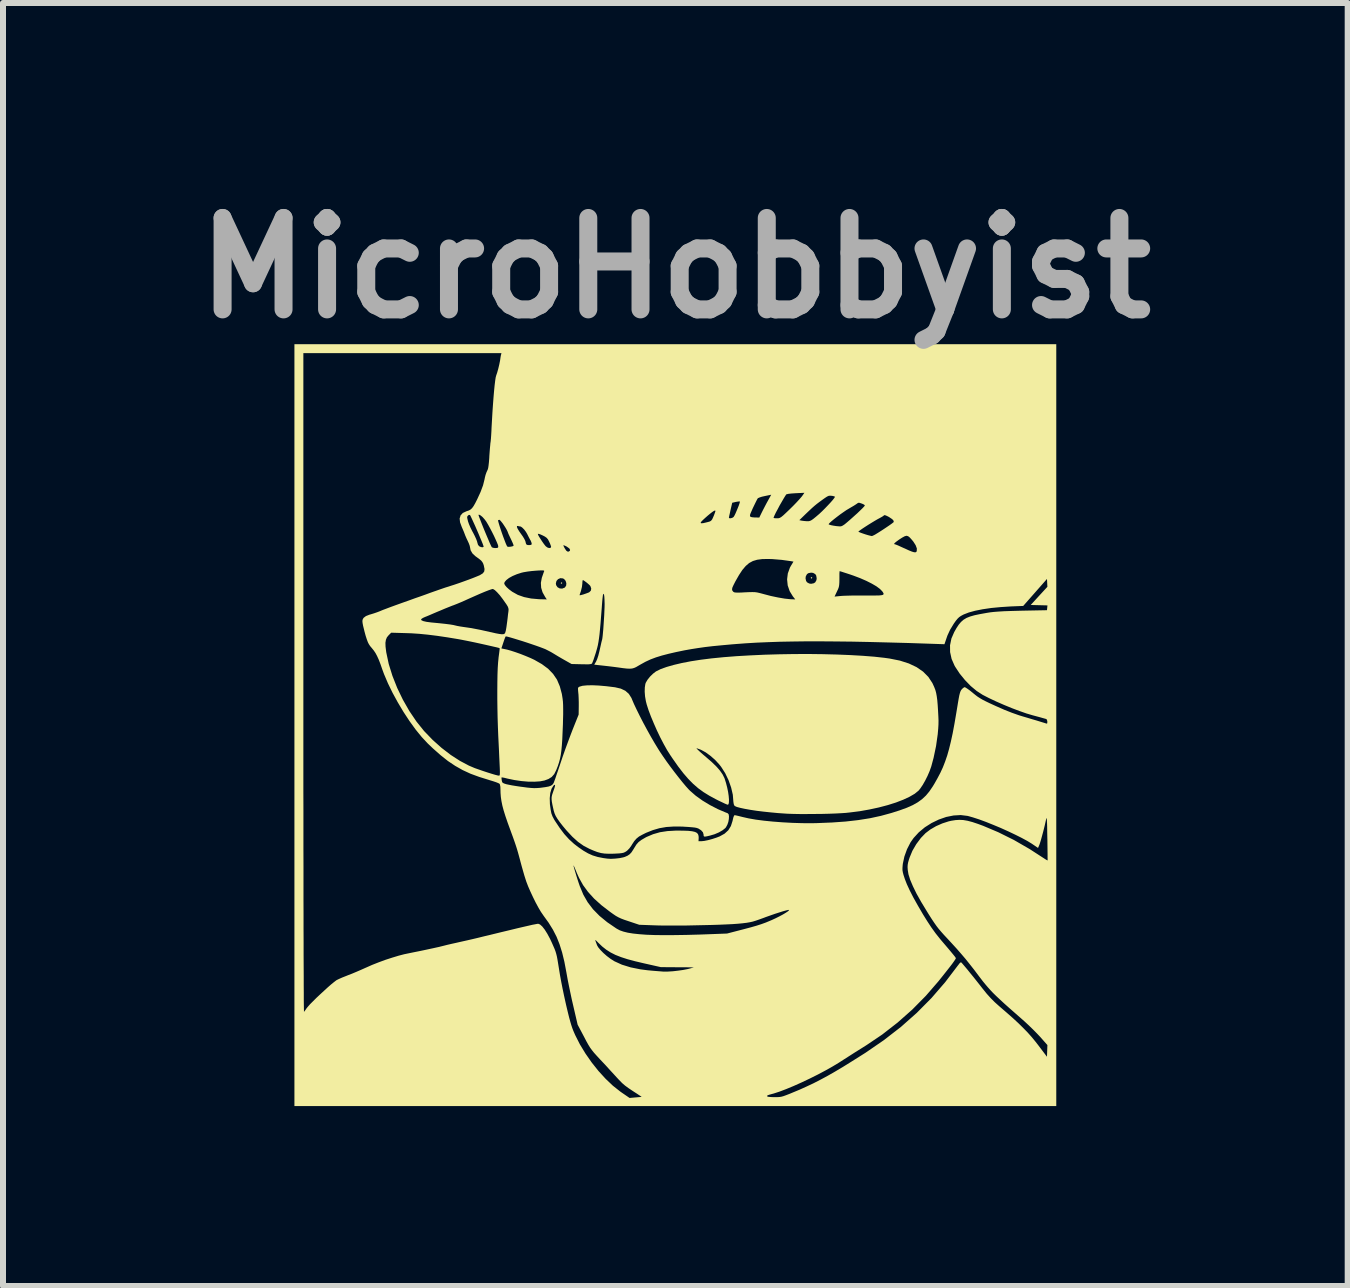
<source format=kicad_pcb>
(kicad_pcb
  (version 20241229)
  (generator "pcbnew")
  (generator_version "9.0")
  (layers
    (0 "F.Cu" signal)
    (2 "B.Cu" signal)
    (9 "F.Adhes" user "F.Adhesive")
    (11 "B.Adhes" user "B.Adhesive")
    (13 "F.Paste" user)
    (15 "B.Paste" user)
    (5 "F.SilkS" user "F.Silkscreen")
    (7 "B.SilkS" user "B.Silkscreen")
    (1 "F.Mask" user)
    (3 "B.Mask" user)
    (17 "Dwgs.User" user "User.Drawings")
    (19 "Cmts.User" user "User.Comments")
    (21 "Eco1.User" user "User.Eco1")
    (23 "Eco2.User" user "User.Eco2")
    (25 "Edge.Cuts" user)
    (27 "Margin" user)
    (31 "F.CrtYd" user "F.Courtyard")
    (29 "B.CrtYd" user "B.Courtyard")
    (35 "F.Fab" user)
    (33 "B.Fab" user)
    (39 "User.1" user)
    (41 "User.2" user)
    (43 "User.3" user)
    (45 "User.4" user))
  (footprint "MicroHobbyist"
    (layer "F.Cu")
    (at 8.208 9.038)
    (property "Reference" "MicroHobbyist" (at 0 -7.62 0) (layer "F.Fab") (effects (font (size 1.524 1.524) (thickness 0.3))))
    (attr exclude_from_pos_files exclude_from_bom)
    (fp_poly (pts (xy -1.886 -2.372) (xy -1.885 -2.369) (xy -1.895 -2.357) (xy -1.898 -2.356) (xy -1.91 -2.366) (xy -1.91 -2.369) (xy -1.901 -2.381) (xy -1.898 -2.381)) (stroke (width 0) (type solid)) (fill yes) (layer "F.SilkS"))
    (fp_poly (pts (xy 2.282 -2.459) (xy 2.282 -2.456) (xy 2.273 -2.444) (xy 2.27 -2.443) (xy 2.258 -2.453) (xy 2.257 -2.456) (xy 2.267 -2.468) (xy 2.27 -2.468)) (stroke (width 0) (type solid)) (fill yes) (layer "F.SilkS"))
    (fp_poly (pts (xy 2.459 -1.183) (xy 2.692 -1.177) (xy 2.914 -1.168) (xy 3.123 -1.156) (xy 3.315 -1.141) (xy 3.487 -1.122) (xy 3.572 -1.11) (xy 3.742 -1.076) (xy 3.892 -1.028) (xy 4.021 -0.967) (xy 4.13 -0.892) (xy 4.217 -0.804) (xy 4.284 -0.703) (xy 4.294 -0.682) (xy 4.316 -0.633) (xy 4.334 -0.587) (xy 4.347 -0.539) (xy 4.357 -0.485) (xy 4.366 -0.419) (xy 4.373 -0.338) (xy 4.379 -0.244) (xy 4.384 -0.152) (xy 4.387 -0.077) (xy 4.386 -0.009) (xy 4.382 0.059) (xy 4.375 0.136) (xy 4.374 0.15) (xy 4.346 0.348) (xy 4.305 0.544) (xy 4.266 0.689) (xy 4.239 0.765) (xy 4.204 0.846) (xy 4.164 0.926) (xy 4.122 0.999) (xy 4.082 1.058) (xy 4.054 1.092) (xy 3.99 1.144) (xy 3.904 1.194) (xy 3.799 1.243) (xy 3.677 1.29) (xy 3.541 1.333) (xy 3.393 1.372) (xy 3.236 1.406) (xy 3.073 1.435) (xy 2.906 1.456) (xy 2.84 1.463) (xy 2.764 1.468) (xy 2.668 1.473) (xy 2.558 1.477) (xy 2.438 1.48) (xy 2.314 1.481) (xy 2.191 1.482) (xy 2.074 1.482) (xy 1.968 1.48) (xy 1.878 1.477) (xy 1.842 1.475) (xy 1.712 1.466) (xy 1.584 1.454) (xy 1.462 1.441) (xy 1.349 1.427) (xy 1.245 1.411) (xy 1.156 1.395) (xy 1.082 1.379) (xy 1.026 1.364) (xy 0.992 1.349) (xy 0.986 1.344) (xy 0.974 1.319) (xy 0.968 1.282) (xy 0.967 1.273) (xy 0.958 1.16) (xy 0.93 1.04) (xy 0.887 0.918) (xy 0.831 0.801) (xy 0.764 0.696) (xy 0.732 0.655) (xy 0.661 0.578) (xy 0.583 0.51) (xy 0.506 0.454) (xy 0.433 0.414) (xy 0.422 0.409) (xy 0.386 0.396) (xy 0.361 0.387) (xy 0.354 0.384) (xy 0.356 0.392) (xy 0.377 0.413) (xy 0.413 0.447) (xy 0.464 0.492) (xy 0.516 0.536) (xy 0.611 0.619) (xy 0.687 0.693) (xy 0.745 0.76) (xy 0.788 0.822) (xy 0.818 0.882) (xy 0.823 0.896) (xy 0.845 0.966) (xy 0.864 1.04) (xy 0.879 1.112) (xy 0.889 1.18) (xy 0.894 1.239) (xy 0.893 1.286) (xy 0.887 1.317) (xy 0.875 1.327) (xy 0.858 1.322) (xy 0.823 1.307) (xy 0.775 1.284) (xy 0.716 1.256) (xy 0.673 1.234) (xy 0.566 1.176) (xy 0.469 1.116) (xy 0.381 1.052) (xy 0.297 0.979) (xy 0.215 0.896) (xy 0.133 0.801) (xy 0.047 0.689) (xy -0.045 0.558) (xy -0.083 0.502) (xy -0.137 0.417) (xy -0.193 0.317) (xy -0.251 0.206) (xy -0.307 0.089) (xy -0.359 -0.029) (xy -0.407 -0.144) (xy -0.447 -0.25) (xy -0.477 -0.343) (xy -0.491 -0.398) (xy -0.505 -0.479) (xy -0.511 -0.558) (xy -0.509 -0.629) (xy -0.5 -0.687) (xy -0.493 -0.707) (xy -0.465 -0.755) (xy -0.423 -0.808) (xy -0.373 -0.857) (xy -0.325 -0.894) (xy -0.318 -0.898) (xy -0.243 -0.935) (xy -0.145 -0.97) (xy -0.026 -1.004) (xy 0.11 -1.036) (xy 0.261 -1.065) (xy 0.422 -1.09) (xy 0.605 -1.113) (xy 0.807 -1.133) (xy 1.024 -1.15) (xy 1.252 -1.163) (xy 1.489 -1.174) (xy 1.731 -1.181) (xy 1.976 -1.185) (xy 2.22 -1.186)) (stroke (width 0) (type solid)) (fill yes) (layer "F.SilkS"))
    (fp_poly (pts (xy 6.35 6.35) (xy -6.35 6.35) (xy -6.35 -0.704) (xy -6.201 -0.704) (xy -6.201 -0.328) (xy -6.201 0.041) (xy -6.201 0.402) (xy -6.201 0.754) (xy -6.201 1.096) (xy -6.2 1.428) (xy -6.2 1.749) (xy -6.2 2.058) (xy -6.199 2.355) (xy -6.199 2.638) (xy -6.199 2.907) (xy -6.198 3.161) (xy -6.198 3.4) (xy -6.197 3.622) (xy -6.197 3.827) (xy -6.196 4.015) (xy -6.195 4.183) (xy -6.195 4.333) (xy -6.194 4.462) (xy -6.194 4.57) (xy -6.193 4.657) (xy -6.192 4.721) (xy -6.191 4.763) (xy -6.191 4.78) (xy -6.191 4.78) (xy -6.177 4.763) (xy -6.157 4.735) (xy -6.149 4.722) (xy -6.126 4.694) (xy -6.089 4.652) (xy -6.039 4.602) (xy -5.982 4.545) (xy -5.919 4.486) (xy -5.855 4.427) (xy -5.794 4.371) (xy -5.738 4.322) (xy -5.69 4.283) (xy -5.656 4.257) (xy -5.646 4.25) (xy -5.607 4.231) (xy -5.553 4.207) (xy -5.492 4.183) (xy -5.455 4.168) (xy -5.395 4.145) (xy -5.321 4.114) (xy -5.242 4.08) (xy -5.166 4.046) (xy -5.152 4.04) (xy -5.055 3.997) (xy -4.946 3.954) (xy -4.832 3.912) (xy -4.718 3.875) (xy -4.612 3.843) (xy -4.52 3.819) (xy -4.496 3.814) (xy -4.365 3.787) (xy -4.255 3.765) (xy -4.165 3.746) (xy -4.091 3.73) (xy -4.03 3.717) (xy -3.981 3.706) (xy -3.939 3.697) (xy -3.904 3.688) (xy -3.871 3.68) (xy -3.863 3.678) (xy -3.804 3.663) (xy -3.731 3.646) (xy -3.654 3.629) (xy -3.597 3.616) (xy -3.544 3.604) (xy -3.472 3.588) (xy -3.385 3.568) (xy -3.288 3.545) (xy -3.187 3.52) (xy -3.085 3.496) (xy -3.07 3.492) (xy -2.902 3.451) (xy -2.756 3.416) (xy -2.633 3.386) (xy -2.53 3.362) (xy -2.447 3.343) (xy -2.382 3.328) (xy -2.334 3.319) (xy -2.303 3.313) (xy -2.286 3.311) (xy -2.256 3.323) (xy -2.219 3.356) (xy -2.178 3.408) (xy -2.134 3.478) (xy -2.089 3.562) (xy -2.058 3.628) (xy -2.033 3.685) (xy -2.013 3.731) (xy -1.998 3.771) (xy -1.986 3.811) (xy -1.975 3.855) (xy -1.965 3.908) (xy -1.954 3.975) (xy -1.94 4.061) (xy -1.938 4.074) (xy -1.923 4.166) (xy -1.903 4.275) (xy -1.88 4.392) (xy -1.855 4.511) (xy -1.83 4.625) (xy -1.817 4.682) (xy -1.792 4.787) (xy -1.771 4.872) (xy -1.752 4.941) (xy -1.735 4.999) (xy -1.718 5.05) (xy -1.7 5.097) (xy -1.679 5.145) (xy -1.668 5.17) (xy -1.591 5.322) (xy -1.498 5.475) (xy -1.394 5.624) (xy -1.281 5.766) (xy -1.162 5.896) (xy -1.041 6.011) (xy -0.921 6.106) (xy -0.903 6.119) (xy -0.763 6.215) (xy -0.664 6.206) (xy -0.617 6.202) (xy -0.582 6.199) (xy -0.564 6.197) (xy -0.562 6.196) (xy -0.572 6.19) (xy -0.588 6.178) (xy 1.53 6.178) (xy 1.531 6.187) (xy 1.532 6.19) (xy 1.547 6.195) (xy 1.581 6.199) (xy 1.627 6.201) (xy 1.655 6.201) (xy 1.699 6.201) (xy 1.736 6.199) (xy 1.768 6.194) (xy 1.804 6.184) (xy 1.848 6.168) (xy 1.905 6.146) (xy 1.948 6.128) (xy 2.071 6.077) (xy 2.188 6.024) (xy 2.303 5.97) (xy 2.418 5.911) (xy 2.537 5.847) (xy 2.663 5.775) (xy 2.799 5.694) (xy 2.947 5.602) (xy 3.112 5.498) (xy 3.172 5.46) (xy 3.476 5.251) (xy 3.76 5.031) (xy 4.024 4.797) (xy 4.27 4.549) (xy 4.498 4.285) (xy 4.711 4.005) (xy 4.713 4.003) (xy 4.738 3.97) (xy 4.755 3.955) (xy 4.767 3.956) (xy 4.77 3.959) (xy 4.791 3.983) (xy 4.824 4.022) (xy 4.868 4.074) (xy 4.917 4.135) (xy 4.971 4.201) (xy 5.025 4.269) (xy 5.078 4.336) (xy 5.121 4.391) (xy 5.192 4.479) (xy 5.258 4.552) (xy 5.326 4.62) (xy 5.394 4.681) (xy 5.519 4.789) (xy 5.627 4.884) (xy 5.72 4.97) (xy 5.801 5.05) (xy 5.873 5.124) (xy 5.938 5.197) (xy 5.999 5.271) (xy 6.046 5.331) (xy 6.195 5.528) (xy 6.202 5.333) (xy 6.081 5.196) (xy 6.029 5.141) (xy 5.965 5.076) (xy 5.894 5.007) (xy 5.823 4.941) (xy 5.779 4.902) (xy 5.664 4.801) (xy 5.565 4.714) (xy 5.481 4.639) (xy 5.41 4.573) (xy 5.349 4.516) (xy 5.296 4.464) (xy 5.25 4.415) (xy 5.208 4.368) (xy 5.168 4.321) (xy 5.127 4.271) (xy 5.085 4.216) (xy 5.062 4.186) (xy 4.98 4.077) (xy 4.906 3.983) (xy 4.837 3.897) (xy 4.767 3.815) (xy 4.692 3.729) (xy 4.608 3.637) (xy 4.534 3.557) (xy 4.477 3.496) (xy 4.431 3.444) (xy 4.39 3.396) (xy 4.353 3.348) (xy 4.315 3.294) (xy 4.273 3.231) (xy 4.224 3.154) (xy 4.192 3.102) (xy 4.098 2.947) (xy 4.02 2.808) (xy 3.96 2.685) (xy 3.915 2.579) (xy 3.886 2.487) (xy 3.874 2.413) (xy 3.871 2.367) (xy 3.873 2.329) (xy 3.88 2.29) (xy 3.894 2.241) (xy 3.906 2.205) (xy 3.952 2.094) (xy 4.016 1.984) (xy 4.093 1.881) (xy 4.171 1.8) (xy 4.25 1.74) (xy 4.346 1.684) (xy 4.451 1.638) (xy 4.556 1.604) (xy 4.6 1.594) (xy 4.67 1.583) (xy 4.735 1.579) (xy 4.8 1.582) (xy 4.87 1.594) (xy 4.95 1.615) (xy 5.043 1.646) (xy 5.13 1.678) (xy 5.383 1.785) (xy 5.643 1.914) (xy 5.905 2.065) (xy 6.149 2.223) (xy 6.18 2.243) (xy 6.2 2.254) (xy 6.205 2.255) (xy 6.206 2.242) (xy 6.205 2.208) (xy 6.205 2.154) (xy 6.204 2.085) (xy 6.203 2.004) (xy 6.202 1.913) (xy 6.201 1.879) (xy 6.199 1.774) (xy 6.198 1.692) (xy 6.196 1.63) (xy 6.194 1.587) (xy 6.192 1.561) (xy 6.19 1.55) (xy 6.187 1.551) (xy 6.183 1.563) (xy 6.178 1.581) (xy 6.157 1.675) (xy 6.135 1.764) (xy 6.113 1.846) (xy 6.094 1.915) (xy 6.078 1.967) (xy 6.068 1.996) (xy 6.046 2.047) (xy 5.943 1.977) (xy 5.868 1.931) (xy 5.774 1.88) (xy 5.666 1.826) (xy 5.548 1.77) (xy 5.424 1.714) (xy 5.299 1.662) (xy 5.177 1.613) (xy 5.063 1.571) (xy 4.961 1.538) (xy 4.876 1.514) (xy 4.871 1.513) (xy 4.758 1.499) (xy 4.638 1.506) (xy 4.514 1.531) (xy 4.391 1.574) (xy 4.271 1.632) (xy 4.159 1.703) (xy 4.058 1.787) (xy 3.972 1.881) (xy 3.921 1.953) (xy 3.862 2.068) (xy 3.818 2.19) (xy 3.792 2.311) (xy 3.789 2.34) (xy 3.786 2.382) (xy 3.786 2.417) (xy 3.792 2.453) (xy 3.803 2.496) (xy 3.822 2.554) (xy 3.825 2.564) (xy 3.859 2.651) (xy 3.907 2.755) (xy 3.969 2.876) (xy 4.044 3.01) (xy 4.13 3.157) (xy 4.199 3.268) (xy 4.266 3.37) (xy 4.338 3.47) (xy 4.42 3.573) (xy 4.496 3.662) (xy 4.548 3.723) (xy 4.594 3.778) (xy 4.632 3.824) (xy 4.66 3.859) (xy 4.674 3.88) (xy 4.676 3.884) (xy 4.673 3.894) (xy 4.662 3.912) (xy 4.643 3.94) (xy 4.615 3.979) (xy 4.576 4.03) (xy 4.525 4.095) (xy 4.46 4.177) (xy 4.383 4.273) (xy 4.176 4.512) (xy 3.949 4.742) (xy 3.705 4.958) (xy 3.448 5.158) (xy 3.187 5.334) (xy 3.1 5.389) (xy 3.002 5.45) (xy 2.902 5.514) (xy 2.808 5.574) (xy 2.729 5.625) (xy 2.623 5.689) (xy 2.504 5.756) (xy 2.376 5.824) (xy 2.242 5.891) (xy 2.107 5.955) (xy 1.975 6.014) (xy 1.85 6.066) (xy 1.737 6.109) (xy 1.639 6.141) (xy 1.612 6.148) (xy 1.566 6.161) (xy 1.54 6.17) (xy 1.53 6.178) (xy -0.588 6.178) (xy -0.598 6.172) (xy -0.638 6.145) (xy -0.688 6.113) (xy -0.711 6.098) (xy -0.781 6.051) (xy -0.837 6.01) (xy -0.887 5.967) (xy -0.937 5.916) (xy -0.98 5.87) (xy -1.03 5.815) (xy -1.091 5.749) (xy -1.156 5.677) (xy -1.221 5.608) (xy -1.256 5.571) (xy -1.313 5.509) (xy -1.357 5.46) (xy -1.391 5.417) (xy -1.421 5.376) (xy -1.45 5.329) (xy -1.482 5.272) (xy -1.52 5.199) (xy -1.521 5.197) (xy -1.629 4.993) (xy -1.701 4.682) (xy -1.725 4.579) (xy -1.749 4.466) (xy -1.773 4.351) (xy -1.795 4.241) (xy -1.812 4.146) (xy -1.817 4.118) (xy -1.85 3.944) (xy -1.887 3.791) (xy -1.93 3.654) (xy -1.958 3.583) (xy -1.335 3.583) (xy -1.334 3.59) (xy -1.324 3.618) (xy -1.31 3.655) (xy -1.307 3.666) (xy -1.286 3.703) (xy -1.248 3.749) (xy -1.199 3.799) (xy -1.142 3.849) (xy -1.081 3.895) (xy -1.023 3.932) (xy -1.016 3.936) (xy -0.891 3.993) (xy -0.745 4.038) (xy -0.581 4.071) (xy -0.465 4.086) (xy -0.391 4.093) (xy -0.319 4.099) (xy -0.255 4.104) (xy -0.207 4.108) (xy -0.192 4.109) (xy -0.125 4.108) (xy -0.043 4.103) (xy 0.045 4.093) (xy 0.13 4.081) (xy 0.202 4.067) (xy 0.223 4.062) (xy 0.264 4.051) (xy 0.294 4.043) (xy 0.306 4.039) (xy 0.306 4.039) (xy 0.295 4.038) (xy 0.262 4.038) (xy 0.212 4.037) (xy 0.147 4.036) (xy 0.072 4.036) (xy 0.033 4.036) (xy -0.242 4.034) (xy -0.522 3.971) (xy -0.67 3.936) (xy -0.797 3.902) (xy -0.905 3.867) (xy -0.999 3.83) (xy -1.08 3.789) (xy -1.152 3.743) (xy -1.218 3.691) (xy -1.282 3.63) (xy -1.301 3.611) (xy -1.325 3.587) (xy -1.335 3.583) (xy -1.958 3.583) (xy -1.98 3.528) (xy -2.041 3.409) (xy -2.113 3.293) (xy -2.199 3.174) (xy -2.204 3.166) (xy -2.24 3.114) (xy -2.282 3.043) (xy -2.327 2.96) (xy -2.372 2.869) (xy -2.415 2.777) (xy -2.454 2.688) (xy -2.485 2.607) (xy -2.496 2.573) (xy -2.517 2.507) (xy -2.54 2.427) (xy -2.564 2.342) (xy -2.565 2.338) (xy -1.698 2.338) (xy -1.695 2.356) (xy -1.685 2.393) (xy -1.67 2.444) (xy -1.652 2.504) (xy -1.632 2.568) (xy -1.611 2.632) (xy -1.591 2.69) (xy -1.59 2.691) (xy -1.533 2.828) (xy -1.461 2.953) (xy -1.372 3.07) (xy -1.264 3.18) (xy -1.136 3.285) (xy -0.984 3.389) (xy -0.972 3.396) (xy -0.925 3.421) (xy -0.865 3.442) (xy -0.792 3.46) (xy -0.705 3.474) (xy -0.602 3.485) (xy -0.483 3.494) (xy -0.346 3.499) (xy -0.189 3.501) (xy -0.012 3.5) (xy 0.186 3.497) (xy 0.407 3.491) (xy 0.571 3.485) (xy 0.862 3.474) (xy 1.147 3.4) (xy 1.26 3.37) (xy 1.354 3.343) (xy 1.435 3.317) (xy 1.509 3.29) (xy 1.581 3.26) (xy 1.605 3.25) (xy 1.672 3.219) (xy 1.736 3.187) (xy 1.794 3.156) (xy 1.842 3.127) (xy 1.876 3.104) (xy 1.894 3.087) (xy 1.894 3.081) (xy 1.88 3.081) (xy 1.845 3.089) (xy 1.794 3.103) (xy 1.731 3.123) (xy 1.659 3.146) (xy 1.582 3.173) (xy 1.503 3.201) (xy 1.48 3.21) (xy 1.403 3.238) (xy 1.342 3.259) (xy 1.29 3.275) (xy 1.24 3.286) (xy 1.187 3.295) (xy 1.121 3.303) (xy 1.102 3.305) (xy 1.037 3.311) (xy 0.952 3.317) (xy 0.848 3.322) (xy 0.731 3.327) (xy 0.603 3.331) (xy 0.467 3.334) (xy 0.329 3.337) (xy 0.19 3.34) (xy 0.055 3.341) (xy -0.073 3.341) (xy -0.19 3.341) (xy -0.293 3.339) (xy -0.353 3.337) (xy -0.602 3.328) (xy -0.778 3.269) (xy -0.85 3.245) (xy -0.905 3.224) (xy -0.95 3.203) (xy -0.993 3.179) (xy -1.04 3.147) (xy -1.089 3.112) (xy -1.233 3.001) (xy -1.354 2.892) (xy -1.455 2.781) (xy -1.538 2.667) (xy -1.605 2.547) (xy -1.639 2.472) (xy -1.661 2.418) (xy -1.679 2.375) (xy -1.692 2.347) (xy -1.698 2.337) (xy -1.698 2.338) (xy -2.565 2.338) (xy -2.585 2.264) (xy -2.585 2.263) (xy -2.606 2.185) (xy -2.624 2.12) (xy -2.641 2.062) (xy -2.659 2.006) (xy -2.68 1.944) (xy -2.705 1.873) (xy -2.737 1.786) (xy -2.746 1.761) (xy -2.794 1.63) (xy -2.832 1.519) (xy -2.862 1.423) (xy -2.884 1.34) (xy -2.899 1.266) (xy -2.909 1.197) (xy -2.914 1.131) (xy -2.915 1.088) (xy -2.917 1.027) (xy -2.924 0.99) (xy -2.932 0.977) (xy -2.95 0.967) (xy -2.987 0.952) (xy -3.038 0.935) (xy -3.097 0.917) (xy -3.109 0.913) (xy -3.27 0.863) (xy -3.414 0.81) (xy -3.546 0.749) (xy -3.67 0.679) (xy -3.791 0.598) (xy -3.913 0.501) (xy -4.041 0.388) (xy -4.128 0.305) (xy -4.227 0.199) (xy -4.329 0.074) (xy -4.431 -0.067) (xy -4.531 -0.219) (xy -4.626 -0.378) (xy -4.714 -0.539) (xy -4.791 -0.697) (xy -4.856 -0.85) (xy -4.883 -0.923) (xy -4.916 -1.018) (xy -4.945 -1.093) (xy -4.972 -1.152) (xy -4.998 -1.201) (xy -5.027 -1.244) (xy -5.06 -1.285) (xy -5.061 -1.286) (xy -5.088 -1.318) (xy -5.109 -1.35) (xy -5.121 -1.373) (xy -4.833 -1.373) (xy -4.831 -1.309) (xy -4.821 -1.227) (xy -4.819 -1.213) (xy -4.778 -1.02) (xy -4.716 -0.821) (xy -4.637 -0.621) (xy -4.542 -0.424) (xy -4.434 -0.235) (xy -4.315 -0.059) (xy -4.188 0.099) (xy -4.182 0.105) (xy -4.044 0.248) (xy -3.897 0.379) (xy -3.745 0.496) (xy -3.592 0.595) (xy -3.441 0.675) (xy -3.342 0.717) (xy -3.273 0.741) (xy -3.201 0.766) (xy -3.128 0.79) (xy -3.061 0.811) (xy -3.004 0.828) (xy -2.961 0.839) (xy -2.939 0.842) (xy -2.932 0.84) (xy -2.927 0.829) (xy -2.925 0.806) (xy -2.925 0.768) (xy -2.927 0.711) (xy -2.929 0.667) (xy -2.932 0.602) (xy -2.936 0.518) (xy -2.94 0.423) (xy -2.945 0.322) (xy -2.95 0.221) (xy -2.952 0.18) (xy -2.958 0.028) (xy -2.963 -0.127) (xy -2.966 -0.282) (xy -2.968 -0.434) (xy -2.968 -0.58) (xy -2.967 -0.716) (xy -2.965 -0.841) (xy -2.961 -0.951) (xy -2.955 -1.043) (xy -2.948 -1.113) (xy -2.947 -1.126) (xy -2.939 -1.185) (xy -2.933 -1.233) (xy -2.929 -1.267) (xy -2.929 -1.279) (xy -2.9 -1.279) (xy -2.805 -1.259) (xy -2.744 -1.242) (xy -2.667 -1.217) (xy -2.582 -1.187) (xy -2.496 -1.153) (xy -2.415 -1.119) (xy -2.351 -1.089) (xy -2.225 -1.017) (xy -2.121 -0.94) (xy -2.038 -0.854) (xy -1.973 -0.758) (xy -1.926 -0.647) (xy -1.892 -0.52) (xy -1.88 -0.444) (xy -1.874 -0.394) (xy -1.871 -0.335) (xy -1.87 -0.265) (xy -1.87 -0.178) (xy -1.873 -0.072) (xy -1.874 -0.019) (xy -1.88 0.121) (xy -1.885 0.239) (xy -1.892 0.339) (xy -1.9 0.424) (xy -1.91 0.497) (xy -1.923 0.562) (xy -1.939 0.621) (xy -1.958 0.679) (xy -1.981 0.738) (xy -1.986 0.75) (xy -2.019 0.816) (xy -2.061 0.864) (xy -2.115 0.898) (xy -2.182 0.923) (xy -2.256 0.937) (xy -2.349 0.943) (xy -2.454 0.942) (xy -2.568 0.932) (xy -2.684 0.915) (xy -2.799 0.891) (xy -2.814 0.887) (xy -2.855 0.877) (xy -2.884 0.872) (xy -2.897 0.871) (xy -2.898 0.885) (xy -2.895 0.914) (xy -2.894 0.92) (xy -2.888 0.946) (xy -2.877 0.962) (xy -2.854 0.973) (xy -2.817 0.985) (xy -2.779 0.993) (xy -2.724 1.004) (xy -2.656 1.015) (xy -2.583 1.026) (xy -2.55 1.03) (xy -2.469 1.041) (xy -2.407 1.047) (xy -2.356 1.05) (xy -2.311 1.049) (xy -2.265 1.046) (xy -2.239 1.043) (xy -2.165 1.033) (xy -2.112 1.023) (xy -2.075 1.01) (xy -2.05 0.993) (xy -2.033 0.971) (xy -2.026 0.957) (xy -2.017 0.932) (xy -2.001 0.889) (xy -1.981 0.829) (xy -1.956 0.757) (xy -1.929 0.677) (xy -1.91 0.62) (xy -1.876 0.519) (xy -1.837 0.408) (xy -1.795 0.294) (xy -1.755 0.186) (xy -1.719 0.092) (xy -1.713 0.076) (xy -1.612 -0.176) (xy -1.61 -0.314) (xy -1.61 -0.382) (xy -1.612 -0.451) (xy -1.615 -0.512) (xy -1.618 -0.54) (xy -1.622 -0.586) (xy -1.623 -0.613) (xy -1.618 -0.628) (xy -1.606 -0.637) (xy -1.596 -0.642) (xy -1.547 -0.656) (xy -1.475 -0.663) (xy -1.384 -0.665) (xy -1.275 -0.66) (xy -1.15 -0.649) (xy -1.012 -0.632) (xy -1.005 -0.631) (xy -0.91 -0.609) (xy -0.834 -0.573) (xy -0.776 -0.522) (xy -0.732 -0.453) (xy -0.722 -0.428) (xy -0.689 -0.351) (xy -0.645 -0.258) (xy -0.593 -0.153) (xy -0.535 -0.04) (xy -0.472 0.077) (xy -0.408 0.192) (xy -0.344 0.302) (xy -0.283 0.402) (xy -0.255 0.446) (xy -0.204 0.522) (xy -0.145 0.607) (xy -0.08 0.696) (xy -0.012 0.786) (xy 0.055 0.872) (xy 0.119 0.952) (xy 0.177 1.021) (xy 0.225 1.074) (xy 0.244 1.093) (xy 0.339 1.176) (xy 0.452 1.257) (xy 0.578 1.333) (xy 0.71 1.401) (xy 0.842 1.457) (xy 0.871 1.468) (xy 0.888 1.485) (xy 0.894 1.519) (xy 0.892 1.564) (xy 0.883 1.614) (xy 0.866 1.662) (xy 0.844 1.702) (xy 0.833 1.716) (xy 0.788 1.752) (xy 0.726 1.788) (xy 0.653 1.819) (xy 0.578 1.841) (xy 0.527 1.853) (xy 0.495 1.858) (xy 0.479 1.856) (xy 0.472 1.847) (xy 0.471 1.83) (xy 0.471 1.825) (xy 0.46 1.787) (xy 0.429 1.752) (xy 0.383 1.723) (xy 0.353 1.713) (xy 0.323 1.707) (xy 0.274 1.702) (xy 0.212 1.697) (xy 0.144 1.693) (xy 0.118 1.691) (xy -0.025 1.69) (xy -0.15 1.698) (xy -0.265 1.718) (xy -0.375 1.75) (xy -0.488 1.795) (xy -0.552 1.827) (xy -0.606 1.857) (xy -0.648 1.891) (xy -0.685 1.933) (xy -0.723 1.991) (xy -0.736 2.013) (xy -0.766 2.054) (xy -0.802 2.091) (xy -0.819 2.104) (xy -0.841 2.117) (xy -0.864 2.127) (xy -0.893 2.133) (xy -0.933 2.138) (xy -0.989 2.141) (xy -1.026 2.143) (xy -1.11 2.144) (xy -1.179 2.141) (xy -1.24 2.132) (xy -1.302 2.115) (xy -1.372 2.088) (xy -1.432 2.062) (xy -1.528 2.012) (xy -1.622 1.946) (xy -1.716 1.861) (xy -1.813 1.757) (xy -1.875 1.683) (xy -1.928 1.615) (xy -1.966 1.561) (xy -1.994 1.515) (xy -2.013 1.472) (xy -2.027 1.428) (xy -2.033 1.401) (xy -2.049 1.329) (xy -2.059 1.274) (xy -2.063 1.233) (xy -2.062 1.198) (xy -2.055 1.164) (xy -2.042 1.125) (xy -2.034 1.101) (xy -2.014 1.044) (xy -2.005 1.009) (xy -2.007 0.994) (xy -2.019 0.998) (xy -2.033 1.011) (xy -2.064 1.061) (xy -2.085 1.131) (xy -2.094 1.217) (xy -2.091 1.318) (xy -2.079 1.408) (xy -2.067 1.47) (xy -2.048 1.521) (xy -2.02 1.574) (xy -2.008 1.594) (xy -1.928 1.714) (xy -1.851 1.816) (xy -1.773 1.902) (xy -1.69 1.978) (xy -1.619 2.033) (xy -1.532 2.093) (xy -1.454 2.138) (xy -1.378 2.172) (xy -1.296 2.197) (xy -1.201 2.216) (xy -1.135 2.225) (xy -1.075 2.229) (xy -1.003 2.225) (xy -0.931 2.217) (xy -0.867 2.204) (xy -0.841 2.196) (xy -0.796 2.176) (xy -0.761 2.152) (xy -0.731 2.12) (xy -0.7 2.072) (xy -0.683 2.044) (xy -0.65 1.991) (xy -0.613 1.949) (xy -0.565 1.913) (xy -0.502 1.876) (xy -0.48 1.864) (xy -0.371 1.818) (xy -0.256 1.785) (xy -0.131 1.766) (xy 0.01 1.758) (xy 0.025 1.758) (xy 0.132 1.759) (xy 0.216 1.762) (xy 0.28 1.769) (xy 0.327 1.78) (xy 0.359 1.796) (xy 0.378 1.818) (xy 0.387 1.847) (xy 0.389 1.878) (xy 0.386 1.935) (xy 0.433 1.935) (xy 0.482 1.93) (xy 0.546 1.917) (xy 0.616 1.898) (xy 0.686 1.875) (xy 0.738 1.855) (xy 0.821 1.809) (xy 0.883 1.752) (xy 0.926 1.682) (xy 0.954 1.595) (xy 0.956 1.584) (xy 0.968 1.535) (xy 0.98 1.507) (xy 0.988 1.501) (xy 1.007 1.504) (xy 1.043 1.512) (xy 1.091 1.524) (xy 1.119 1.531) (xy 1.22 1.554) (xy 1.34 1.575) (xy 1.478 1.593) (xy 1.628 1.608) (xy 1.787 1.62) (xy 1.951 1.629) (xy 2.116 1.634) (xy 2.277 1.635) (xy 2.363 1.633) (xy 2.611 1.623) (xy 2.838 1.607) (xy 3.048 1.583) (xy 3.244 1.552) (xy 3.428 1.512) (xy 3.603 1.464) (xy 3.741 1.42) (xy 3.859 1.377) (xy 3.958 1.333) (xy 4.041 1.286) (xy 4.113 1.234) (xy 4.177 1.174) (xy 4.235 1.104) (xy 4.29 1.023) (xy 4.317 0.979) (xy 4.37 0.885) (xy 4.418 0.794) (xy 4.46 0.703) (xy 4.497 0.608) (xy 4.532 0.506) (xy 4.563 0.396) (xy 4.593 0.274) (xy 4.623 0.136) (xy 4.652 -0.019) (xy 4.682 -0.195) (xy 4.696 -0.279) (xy 4.711 -0.371) (xy 4.723 -0.441) (xy 4.733 -0.494) (xy 4.743 -0.533) (xy 4.752 -0.56) (xy 4.762 -0.58) (xy 4.77 -0.592) (xy 4.795 -0.618) (xy 4.818 -0.632) (xy 4.823 -0.633) (xy 4.841 -0.625) (xy 4.873 -0.604) (xy 4.914 -0.574) (xy 4.961 -0.536) (xy 4.963 -0.534) (xy 5.004 -0.501) (xy 5.041 -0.473) (xy 5.079 -0.449) (xy 5.121 -0.424) (xy 5.172 -0.398) (xy 5.236 -0.367) (xy 5.317 -0.33) (xy 5.341 -0.319) (xy 5.484 -0.256) (xy 5.611 -0.206) (xy 5.73 -0.164) (xy 5.799 -0.143) (xy 5.874 -0.121) (xy 5.95 -0.098) (xy 6.019 -0.078) (xy 6.074 -0.061) (xy 6.093 -0.055) (xy 6.139 -0.041) (xy 6.174 -0.03) (xy 6.194 -0.025) (xy 6.196 -0.025) (xy 6.2 -0.036) (xy 6.201 -0.061) (xy 6.194 -0.092) (xy 6.179 -0.103) (xy 6.161 -0.108) (xy 6.122 -0.119) (xy 6.069 -0.134) (xy 6.005 -0.151) (xy 5.953 -0.165) (xy 5.852 -0.195) (xy 5.735 -0.236) (xy 5.608 -0.284) (xy 5.477 -0.338) (xy 5.349 -0.394) (xy 5.228 -0.451) (xy 5.123 -0.505) (xy 5.024 -0.569) (xy 4.924 -0.652) (xy 4.828 -0.751) (xy 4.74 -0.859) (xy 4.665 -0.973) (xy 4.654 -0.992) (xy 4.605 -1.104) (xy 4.58 -1.218) (xy 4.579 -1.332) (xy 4.602 -1.444) (xy 4.648 -1.55) (xy 4.687 -1.619) (xy 4.724 -1.675) (xy 4.762 -1.72) (xy 4.804 -1.757) (xy 4.854 -1.787) (xy 4.914 -1.811) (xy 4.988 -1.832) (xy 5.079 -1.851) (xy 5.19 -1.871) (xy 5.246 -1.88) (xy 5.306 -1.887) (xy 5.383 -1.893) (xy 5.481 -1.899) (xy 5.599 -1.903) (xy 5.741 -1.907) (xy 5.786 -1.908) (xy 6.195 -1.916) (xy 6.199 -1.956) (xy 6.203 -1.996) (xy 5.924 -2.003) (xy 6.063 -2.155) (xy 6.202 -2.306) (xy 6.195 -2.437) (xy 5.997 -2.212) (xy 5.799 -1.987) (xy 5.594 -1.979) (xy 5.425 -1.968) (xy 5.267 -1.953) (xy 5.124 -1.932) (xy 4.998 -1.907) (xy 4.892 -1.878) (xy 4.807 -1.845) (xy 4.799 -1.841) (xy 4.76 -1.82) (xy 4.731 -1.8) (xy 4.705 -1.775) (xy 4.676 -1.74) (xy 4.64 -1.689) (xy 4.639 -1.687) (xy 4.58 -1.59) (xy 4.536 -1.495) (xy 4.524 -1.461) (xy 4.486 -1.349) (xy 4.249 -1.357) (xy 3.891 -1.369) (xy 3.555 -1.378) (xy 3.242 -1.386) (xy 2.948 -1.392) (xy 2.674 -1.395) (xy 2.418 -1.397) (xy 2.178 -1.397) (xy 1.952 -1.394) (xy 1.74 -1.39) (xy 1.54 -1.383) (xy 1.351 -1.375) (xy 1.17 -1.364) (xy 0.997 -1.351) (xy 0.936 -1.346) (xy 0.771 -1.331) (xy 0.626 -1.317) (xy 0.497 -1.302) (xy 0.378 -1.285) (xy 0.264 -1.267) (xy 0.152 -1.247) (xy 0.036 -1.223) (xy 0.025 -1.221) (xy -0.11 -1.19) (xy -0.225 -1.16) (xy -0.325 -1.129) (xy -0.415 -1.095) (xy -0.499 -1.056) (xy -0.582 -1.01) (xy -0.62 -0.988) (xy -0.656 -0.967) (xy -0.688 -0.953) (xy -0.721 -0.944) (xy -0.759 -0.941) (xy -0.808 -0.943) (xy -0.872 -0.95) (xy -0.949 -0.961) (xy -1.017 -0.97) (xy -1.098 -0.98) (xy -1.177 -0.989) (xy -1.213 -0.993) (xy -1.352 -1.008) (xy -1.321 -1.061) (xy -1.304 -1.099) (xy -1.285 -1.156) (xy -1.267 -1.227) (xy -1.258 -1.267) (xy -1.245 -1.325) (xy -1.234 -1.375) (xy -1.225 -1.411) (xy -1.22 -1.428) (xy -1.22 -1.429) (xy -1.217 -1.445) (xy -1.212 -1.483) (xy -1.207 -1.536) (xy -1.201 -1.602) (xy -1.196 -1.676) (xy -1.191 -1.753) (xy -1.186 -1.829) (xy -1.183 -1.901) (xy -1.18 -1.964) (xy -1.179 -2.014) (xy -1.179 -2.022) (xy -1.181 -2.09) (xy -1.184 -2.142) (xy -1.189 -2.176) (xy -1.196 -2.19) (xy -1.203 -2.182) (xy -1.207 -2.17) (xy -1.21 -2.147) (xy -1.215 -2.105) (xy -1.22 -2.048) (xy -1.225 -1.982) (xy -1.227 -1.953) (xy -1.238 -1.814) (xy -1.247 -1.697) (xy -1.256 -1.598) (xy -1.264 -1.515) (xy -1.273 -1.445) (xy -1.282 -1.385) (xy -1.292 -1.332) (xy -1.304 -1.283) (xy -1.318 -1.234) (xy -1.327 -1.203) (xy -1.347 -1.143) (xy -1.364 -1.091) (xy -1.379 -1.052) (xy -1.388 -1.031) (xy -1.388 -1.029) (xy -1.398 -1.022) (xy -1.416 -1.017) (xy -1.446 -1.014) (xy -1.494 -1.014) (xy -1.563 -1.015) (xy -1.565 -1.015) (xy -1.73 -1.019) (xy -1.842 -1.082) (xy -1.898 -1.114) (xy -1.956 -1.148) (xy -2.004 -1.177) (xy -2.022 -1.188) (xy -2.072 -1.218) (xy -2.13 -1.248) (xy -2.168 -1.267) (xy -2.206 -1.282) (xy -2.259 -1.302) (xy -2.324 -1.325) (xy -2.397 -1.35) (xy -2.474 -1.376) (xy -2.551 -1.401) (xy -2.626 -1.424) (xy -2.694 -1.445) (xy -2.752 -1.462) (xy -2.796 -1.474) (xy -2.822 -1.479) (xy -2.828 -1.479) (xy -2.836 -1.464) (xy -2.849 -1.431) (xy -2.864 -1.387) (xy -2.868 -1.375) (xy -2.9 -1.279) (xy -2.929 -1.279) (xy -2.929 -1.282) (xy -2.929 -1.282) (xy -2.944 -1.288) (xy -2.979 -1.297) (xy -3.032 -1.309) (xy -3.097 -1.324) (xy -3.172 -1.341) (xy -3.253 -1.359) (xy -3.335 -1.377) (xy -3.416 -1.394) (xy -3.491 -1.409) (xy -3.557 -1.422) (xy -3.61 -1.432) (xy -3.615 -1.433) (xy -3.803 -1.464) (xy -3.972 -1.489) (xy -4.125 -1.508) (xy -4.266 -1.522) (xy -4.401 -1.531) (xy -4.492 -1.534) (xy -4.737 -1.541) (xy -4.78 -1.498) (xy -4.808 -1.464) (xy -4.825 -1.423) (xy -4.833 -1.373) (xy -5.121 -1.373) (xy -5.127 -1.386) (xy -5.144 -1.432) (xy -5.163 -1.491) (xy -5.184 -1.569) (xy -5.188 -1.587) (xy -5.205 -1.655) (xy -5.214 -1.703) (xy -5.217 -1.737) (xy -5.212 -1.762) (xy -5.211 -1.764) (xy -4.239 -1.764) (xy -4.232 -1.748) (xy -4.201 -1.734) (xy -4.148 -1.722) (xy -4.072 -1.712) (xy -4.062 -1.711) (xy -3.936 -1.699) (xy -3.834 -1.688) (xy -3.755 -1.678) (xy -3.7 -1.669) (xy -3.671 -1.662) (xy -3.637 -1.654) (xy -3.588 -1.645) (xy -3.536 -1.637) (xy -3.535 -1.637) (xy -3.398 -1.617) (xy -3.244 -1.587) (xy -3.079 -1.55) (xy -3.076 -1.55) (xy -2.994 -1.531) (xy -2.934 -1.52) (xy -2.891 -1.515) (xy -2.862 -1.517) (xy -2.845 -1.526) (xy -2.843 -1.529) (xy -2.834 -1.547) (xy -2.825 -1.581) (xy -2.816 -1.633) (xy -2.806 -1.706) (xy -2.802 -1.736) (xy -2.795 -1.793) (xy -2.789 -1.849) (xy -2.783 -1.891) (xy -2.78 -1.926) (xy -2.784 -1.952) (xy -2.795 -1.98) (xy -2.818 -2.017) (xy -2.826 -2.028) (xy -2.878 -2.102) (xy -2.927 -2.166) (xy -2.972 -2.216) (xy -3.009 -2.251) (xy -3.037 -2.268) (xy -3.044 -2.27) (xy -3.068 -2.264) (xy -3.111 -2.249) (xy -3.173 -2.225) (xy -3.252 -2.192) (xy -3.345 -2.151) (xy -3.451 -2.104) (xy -3.51 -2.077) (xy -3.567 -2.052) (xy -3.634 -2.024) (xy -3.7 -1.998) (xy -3.715 -1.993) (xy -3.773 -1.97) (xy -3.845 -1.941) (xy -3.918 -1.91) (xy -3.969 -1.889) (xy -4.03 -1.863) (xy -4.09 -1.837) (xy -4.14 -1.816) (xy -4.173 -1.803) (xy -4.208 -1.787) (xy -4.232 -1.771) (xy -4.239 -1.764) (xy -5.211 -1.764) (xy -5.201 -1.782) (xy -5.194 -1.791) (xy -5.158 -1.818) (xy -5.1 -1.841) (xy -5.078 -1.847) (xy -5.023 -1.864) (xy -4.968 -1.883) (xy -4.929 -1.898) (xy -4.903 -1.909) (xy -4.871 -1.922) (xy -4.831 -1.937) (xy -4.781 -1.956) (xy -4.719 -1.979) (xy -4.642 -2.007) (xy -4.547 -2.041) (xy -4.434 -2.081) (xy -4.335 -2.117) (xy -4.248 -2.147) (xy -4.164 -2.177) (xy -4.088 -2.205) (xy -4.023 -2.228) (xy -3.974 -2.245) (xy -3.952 -2.253) (xy -3.9 -2.271) (xy -3.836 -2.293) (xy -3.771 -2.313) (xy -3.754 -2.319) (xy -3.685 -2.341) (xy -3.623 -2.362) (xy -2.853 -2.362) (xy -2.842 -2.336) (xy -2.814 -2.302) (xy -2.773 -2.264) (xy -2.721 -2.225) (xy -2.716 -2.222) (xy -2.625 -2.171) (xy -2.522 -2.135) (xy -2.405 -2.111) (xy -2.27 -2.099) (xy -2.228 -2.098) (xy -2.143 -2.096) (xy -2.17 -2.136) (xy -2.188 -2.168) (xy -1.597 -2.168) (xy -1.59 -2.165) (xy -1.57 -2.169) (xy -1.536 -2.178) (xy -1.492 -2.193) (xy -1.452 -2.208) (xy -1.436 -2.215) (xy -1.409 -2.241) (xy -1.404 -2.266) (xy 0.945 -2.266) (xy 0.949 -2.245) (xy 0.962 -2.228) (xy 0.963 -2.226) (xy 0.974 -2.218) (xy 0.99 -2.212) (xy 1.015 -2.21) (xy 1.054 -2.209) (xy 1.11 -2.211) (xy 1.16 -2.214) (xy 1.231 -2.217) (xy 1.283 -2.218) (xy 1.325 -2.217) (xy 1.363 -2.212) (xy 1.403 -2.203) (xy 1.453 -2.19) (xy 1.471 -2.185) (xy 1.593 -2.153) (xy 1.712 -2.128) (xy 1.823 -2.109) (xy 1.918 -2.099) (xy 1.945 -2.098) (xy 1.999 -2.096) (xy 1.962 -2.143) (xy 2.654 -2.143) (xy 2.756 -2.153) (xy 2.799 -2.156) (xy 2.861 -2.158) (xy 2.937 -2.16) (xy 3.023 -2.161) (xy 3.114 -2.161) (xy 3.16 -2.161) (xy 3.26 -2.16) (xy 3.338 -2.161) (xy 3.396 -2.162) (xy 3.436 -2.166) (xy 3.46 -2.172) (xy 3.471 -2.182) (xy 3.471 -2.195) (xy 3.462 -2.212) (xy 3.449 -2.231) (xy 3.411 -2.27) (xy 3.352 -2.314) (xy 3.275 -2.359) (xy 3.184 -2.405) (xy 3.081 -2.45) (xy 2.97 -2.492) (xy 2.918 -2.51) (xy 2.857 -2.53) (xy 2.804 -2.547) (xy 2.764 -2.56) (xy 2.742 -2.566) (xy 2.738 -2.567) (xy 2.737 -2.556) (xy 2.735 -2.525) (xy 2.735 -2.479) (xy 2.735 -2.44) (xy 2.734 -2.38) (xy 2.731 -2.337) (xy 2.725 -2.302) (xy 2.713 -2.268) (xy 2.694 -2.228) (xy 2.654 -2.143) (xy 1.962 -2.143) (xy 1.96 -2.145) (xy 1.906 -2.233) (xy 1.873 -2.329) (xy 1.863 -2.429) (xy 1.865 -2.449) (xy 2.17 -2.449) (xy 2.179 -2.405) (xy 2.195 -2.381) (xy 2.231 -2.361) (xy 2.263 -2.356) (xy 2.308 -2.365) (xy 2.332 -2.381) (xy 2.352 -2.417) (xy 2.356 -2.449) (xy 2.348 -2.494) (xy 2.332 -2.518) (xy 2.296 -2.538) (xy 2.263 -2.542) (xy 2.219 -2.534) (xy 2.195 -2.518) (xy 2.175 -2.482) (xy 2.17 -2.449) (xy 1.865 -2.449) (xy 1.875 -2.529) (xy 1.91 -2.626) (xy 1.928 -2.658) (xy 1.969 -2.726) (xy 1.93 -2.733) (xy 1.773 -2.755) (xy 1.615 -2.768) (xy 1.544 -2.77) (xy 1.447 -2.768) (xy 1.364 -2.757) (xy 1.293 -2.736) (xy 1.23 -2.702) (xy 1.173 -2.653) (xy 1.117 -2.587) (xy 1.061 -2.502) (xy 1 -2.395) (xy 0.998 -2.391) (xy 0.969 -2.334) (xy 0.951 -2.294) (xy 0.945 -2.266) (xy -1.404 -2.266) (xy -1.402 -2.276) (xy -1.415 -2.315) (xy -1.423 -2.327) (xy -1.445 -2.348) (xy -1.474 -2.373) (xy -1.506 -2.397) (xy -1.531 -2.414) (xy -1.542 -2.418) (xy -1.547 -2.407) (xy -1.55 -2.379) (xy -1.55 -2.365) (xy -1.557 -2.305) (xy -1.574 -2.235) (xy -1.593 -2.18) (xy -1.597 -2.168) (xy -2.188 -2.168) (xy -2.214 -2.215) (xy -2.237 -2.291) (xy -2.241 -2.362) (xy -1.992 -2.362) (xy -1.987 -2.333) (xy -1.964 -2.299) (xy -1.928 -2.279) (xy -1.886 -2.276) (xy -1.846 -2.292) (xy -1.84 -2.296) (xy -1.82 -2.327) (xy -1.817 -2.366) (xy -1.829 -2.405) (xy -1.854 -2.435) (xy -1.874 -2.446) (xy -1.918 -2.45) (xy -1.956 -2.433) (xy -1.982 -2.403) (xy -1.992 -2.362) (xy -2.241 -2.362) (xy -2.242 -2.37) (xy -2.226 -2.456) (xy -2.192 -2.554) (xy -2.189 -2.56) (xy -2.186 -2.57) (xy -2.189 -2.576) (xy -2.203 -2.579) (xy -2.231 -2.58) (xy -2.278 -2.578) (xy -2.323 -2.575) (xy -2.393 -2.569) (xy -2.465 -2.56) (xy -2.53 -2.549) (xy -2.564 -2.541) (xy -2.642 -2.516) (xy -2.713 -2.486) (xy -2.773 -2.453) (xy -2.818 -2.418) (xy -2.846 -2.385) (xy -2.853 -2.362) (xy -3.623 -2.362) (xy -3.608 -2.367) (xy -3.527 -2.396) (xy -3.447 -2.425) (xy -3.373 -2.453) (xy -3.311 -2.478) (xy -3.265 -2.497) (xy -3.252 -2.504) (xy -3.209 -2.531) (xy -3.186 -2.562) (xy -3.181 -2.602) (xy -3.192 -2.656) (xy -3.192 -2.658) (xy -3.203 -2.692) (xy -3.217 -2.718) (xy -3.236 -2.742) (xy -3.267 -2.768) (xy -3.312 -2.801) (xy -3.334 -2.817) (xy -3.382 -2.862) (xy -3.413 -2.915) (xy -3.423 -2.967) (xy -3.429 -2.993) (xy -3.443 -3.031) (xy -3.459 -3.066) (xy -3.481 -3.112) (xy -3.501 -3.158) (xy -3.511 -3.184) (xy -3.525 -3.221) (xy -3.545 -3.268) (xy -3.561 -3.305) (xy -3.589 -3.381) (xy -3.596 -3.445) (xy -3.589 -3.466) (xy -3.471 -3.466) (xy -3.467 -3.441) (xy -3.457 -3.4) (xy -3.456 -3.396) (xy -3.44 -3.35) (xy -3.415 -3.292) (xy -3.385 -3.232) (xy -3.371 -3.207) (xy -3.344 -3.154) (xy -3.321 -3.104) (xy -3.306 -3.064) (xy -3.302 -3.048) (xy -3.29 -3.007) (xy -3.27 -2.982) (xy -3.239 -2.968) (xy -3.21 -2.965) (xy -3.195 -2.974) (xy -3.199 -2.987) (xy -3.21 -3.019) (xy -3.229 -3.066) (xy -3.253 -3.123) (xy -3.28 -3.188) (xy -3.309 -3.255) (xy -3.338 -3.322) (xy -3.366 -3.383) (xy -3.39 -3.436) (xy -3.409 -3.476) (xy -3.421 -3.499) (xy -3.424 -3.503) (xy -3.441 -3.505) (xy -3.456 -3.494) (xy -3.467 -3.481) (xy -3.471 -3.466) (xy -3.589 -3.466) (xy -3.58 -3.497) (xy -3.571 -3.506) (xy -3.282 -3.506) (xy -3.279 -3.494) (xy -3.268 -3.462) (xy -3.25 -3.416) (xy -3.228 -3.359) (xy -3.202 -3.294) (xy -3.174 -3.226) (xy -3.146 -3.159) (xy -3.119 -3.096) (xy -3.096 -3.041) (xy -3.077 -2.999) (xy -3.064 -2.973) (xy -3.061 -2.967) (xy -3.041 -2.957) (xy -3.008 -2.952) (xy -3 -2.952) (xy -2.968 -2.954) (xy -2.955 -2.962) (xy -2.952 -2.98) (xy -2.957 -3.003) (xy -2.973 -3.043) (xy -2.996 -3.095) (xy -3.024 -3.156) (xy -3.056 -3.22) (xy -3.089 -3.283) (xy -3.121 -3.341) (xy -3.149 -3.388) (xy -3.151 -3.392) (xy -3.169 -3.416) (xy -2.955 -3.416) (xy -2.954 -3.402) (xy -2.945 -3.369) (xy -2.931 -3.322) (xy -2.913 -3.266) (xy -2.892 -3.204) (xy -2.87 -3.142) (xy -2.848 -3.084) (xy -2.829 -3.034) (xy -2.813 -2.997) (xy -2.802 -2.978) (xy -2.801 -2.976) (xy -2.781 -2.972) (xy -2.75 -2.974) (xy -2.719 -2.98) (xy -2.699 -2.988) (xy -2.697 -2.99) (xy -2.699 -3.005) (xy -2.711 -3.036) (xy -2.73 -3.078) (xy -2.739 -3.097) (xy -2.762 -3.145) (xy -2.782 -3.188) (xy -2.794 -3.219) (xy -2.796 -3.225) (xy -2.808 -3.251) (xy -2.829 -3.288) (xy -2.839 -3.303) (xy -2.641 -3.303) (xy -2.628 -3.272) (xy -2.601 -3.228) (xy -2.575 -3.191) (xy -2.543 -3.146) (xy -2.517 -3.103) (xy -2.501 -3.069) (xy -2.499 -3.061) (xy -2.49 -3.025) (xy -2.479 -3.008) (xy -2.459 -3.002) (xy -2.436 -3.001) (xy -2.406 -3.005) (xy -2.394 -3.016) (xy -2.394 -3.023) (xy -2.4 -3.048) (xy -2.414 -3.081) (xy -2.419 -3.088) (xy -2.441 -3.129) (xy -2.464 -3.174) (xy -2.467 -3.181) (xy -2.471 -3.188) (xy -2.292 -3.188) (xy -2.288 -3.172) (xy -2.272 -3.142) (xy -2.248 -3.104) (xy -2.22 -3.061) (xy -2.192 -3.021) (xy -2.167 -2.989) (xy -2.158 -2.98) (xy -2.132 -2.961) (xy -2.104 -2.952) (xy -2.081 -2.955) (xy -2.071 -2.971) (xy -2.071 -2.971) (xy -2.076 -2.992) (xy -2.079 -2.999) (xy -1.867 -2.999) (xy -1.864 -2.987) (xy -1.851 -2.96) (xy -1.84 -2.941) (xy -1.817 -2.907) (xy -1.796 -2.893) (xy -1.782 -2.892) (xy -1.759 -2.905) (xy -1.755 -2.921) (xy -1.767 -2.945) (xy -1.803 -2.971) (xy -1.808 -2.975) (xy -1.84 -2.991) (xy -1.862 -2.999) (xy -1.867 -2.999) (xy -2.079 -2.999) (xy -2.086 -3.019) (xy 3.647 -3.019) (xy 3.661 -3.014) (xy 3.662 -3.014) (xy 3.678 -3.009) (xy 3.713 -2.995) (xy 3.759 -2.974) (xy 3.814 -2.949) (xy 3.82 -2.947) (xy 3.891 -2.914) (xy 3.943 -2.893) (xy 3.98 -2.882) (xy 4.004 -2.881) (xy 4.018 -2.889) (xy 4.024 -2.902) (xy 4.026 -2.945) (xy 4.006 -2.999) (xy 3.967 -3.06) (xy 3.943 -3.089) (xy 3.909 -3.127) (xy 3.881 -3.149) (xy 3.855 -3.157) (xy 3.824 -3.149) (xy 3.783 -3.127) (xy 3.73 -3.093) (xy 3.681 -3.057) (xy 3.653 -3.033) (xy 3.647 -3.019) (xy -2.086 -3.019) (xy -2.089 -3.027) (xy -2.103 -3.057) (xy -2.123 -3.096) (xy -2.145 -3.122) (xy -2.176 -3.144) (xy -2.211 -3.162) (xy -2.251 -3.18) (xy -2.279 -3.189) (xy -2.292 -3.188) (xy -2.292 -3.188) (xy -2.471 -3.188) (xy -2.491 -3.222) (xy -2.494 -3.226) (xy 3.051 -3.226) (xy 3.062 -3.219) (xy 3.09 -3.207) (xy 3.13 -3.193) (xy 3.175 -3.178) (xy 3.219 -3.165) (xy 3.255 -3.156) (xy 3.276 -3.152) (xy 3.293 -3.158) (xy 3.327 -3.175) (xy 3.373 -3.203) (xy 3.427 -3.237) (xy 3.464 -3.261) (xy 3.521 -3.299) (xy 3.571 -3.333) (xy 3.61 -3.361) (xy 3.634 -3.38) (xy 3.64 -3.386) (xy 3.639 -3.406) (xy 3.616 -3.433) (xy 3.57 -3.464) (xy 3.548 -3.477) (xy 3.508 -3.496) (xy 3.484 -3.501) (xy 3.479 -3.498) (xy 3.464 -3.485) (xy 3.434 -3.467) (xy 3.407 -3.452) (xy 3.371 -3.433) (xy 3.325 -3.406) (xy 3.272 -3.374) (xy 3.217 -3.34) (xy 3.164 -3.306) (xy 3.117 -3.275) (xy 3.08 -3.249) (xy 3.057 -3.232) (xy 3.051 -3.226) (xy -2.494 -3.226) (xy -2.52 -3.261) (xy -2.551 -3.292) (xy -2.576 -3.31) (xy -2.584 -3.311) (xy -2.612 -3.316) (xy -2.622 -3.319) (xy -2.639 -3.32) (xy -2.641 -3.303) (xy -2.839 -3.303) (xy -2.855 -3.328) (xy -2.869 -3.349) (xy 2.555 -3.349) (xy 2.566 -3.342) (xy 2.596 -3.333) (xy 2.637 -3.325) (xy 2.683 -3.318) (xy 2.729 -3.314) (xy 2.742 -3.313) (xy 2.758 -3.314) (xy 2.776 -3.319) (xy 2.796 -3.33) (xy 2.824 -3.349) (xy 2.86 -3.379) (xy 2.91 -3.422) (xy 2.974 -3.479) (xy 2.975 -3.48) (xy 3.032 -3.531) (xy 3.081 -3.578) (xy 3.121 -3.617) (xy 3.148 -3.646) (xy 3.159 -3.661) (xy 3.159 -3.663) (xy 3.146 -3.676) (xy 3.117 -3.69) (xy 3.103 -3.695) (xy 3.07 -3.706) (xy 3.049 -3.706) (xy 3.032 -3.696) (xy 3.03 -3.694) (xy 3.01 -3.68) (xy 2.974 -3.657) (xy 2.928 -3.63) (xy 2.896 -3.611) (xy 2.852 -3.585) (xy 2.801 -3.55) (xy 2.747 -3.512) (xy 2.693 -3.471) (xy 2.643 -3.432) (xy 2.601 -3.397) (xy 2.57 -3.369) (xy 2.556 -3.352) (xy 2.555 -3.349) (xy -2.869 -3.349) (xy -2.882 -3.368) (xy -2.889 -3.376) (xy 0.422 -3.376) (xy 0.426 -3.367) (xy 0.44 -3.365) (xy 0.468 -3.368) (xy 0.515 -3.379) (xy 0.547 -3.387) (xy 0.577 -3.396) (xy 0.597 -3.409) (xy 0.603 -3.417) (xy 2.067 -3.417) (xy 2.103 -3.409) (xy 2.139 -3.404) (xy 2.183 -3.4) (xy 2.196 -3.4) (xy 2.223 -3.4) (xy 2.245 -3.405) (xy 2.27 -3.417) (xy 2.301 -3.439) (xy 2.344 -3.474) (xy 2.357 -3.485) (xy 2.399 -3.521) (xy 2.446 -3.565) (xy 2.495 -3.614) (xy 2.542 -3.663) (xy 2.586 -3.71) (xy 2.622 -3.751) (xy 2.648 -3.784) (xy 2.66 -3.804) (xy 2.66 -3.808) (xy 2.645 -3.815) (xy 2.616 -3.822) (xy 2.604 -3.823) (xy 2.578 -3.825) (xy 2.555 -3.822) (xy 2.529 -3.81) (xy 2.494 -3.787) (xy 2.46 -3.763) (xy 2.405 -3.723) (xy 2.36 -3.689) (xy 2.321 -3.657) (xy 2.28 -3.621) (xy 2.233 -3.577) (xy 2.177 -3.524) (xy 2.067 -3.417) (xy 0.603 -3.417) (xy 0.614 -3.431) (xy 0.626 -3.457) (xy 0.893 -3.457) (xy 0.903 -3.448) (xy 0.925 -3.449) (xy 0.946 -3.455) (xy 1.637 -3.455) (xy 1.648 -3.451) (xy 1.676 -3.448) (xy 1.692 -3.448) (xy 1.719 -3.449) (xy 1.741 -3.455) (xy 1.766 -3.47) (xy 1.797 -3.495) (xy 1.837 -3.532) (xy 1.9 -3.592) (xy 1.962 -3.653) (xy 2.019 -3.712) (xy 2.068 -3.765) (xy 2.105 -3.808) (xy 2.126 -3.836) (xy 2.151 -3.873) (xy 2.003 -3.866) (xy 1.931 -3.861) (xy 1.881 -3.855) (xy 1.853 -3.848) (xy 1.846 -3.843) (xy 1.811 -3.787) (xy 1.775 -3.725) (xy 1.738 -3.661) (xy 1.705 -3.598) (xy 1.675 -3.543) (xy 1.653 -3.497) (xy 1.64 -3.466) (xy 1.637 -3.455) (xy 0.946 -3.455) (xy 0.951 -3.457) (xy 0.971 -3.47) (xy 0.981 -3.487) (xy 1.244 -3.487) (xy 1.252 -3.473) (xy 1.276 -3.466) (xy 1.318 -3.462) (xy 1.341 -3.462) (xy 1.399 -3.46) (xy 1.437 -3.538) (xy 1.46 -3.584) (xy 1.49 -3.642) (xy 1.522 -3.703) (xy 1.536 -3.728) (xy 1.598 -3.841) (xy 1.492 -3.819) (xy 1.443 -3.808) (xy 1.403 -3.795) (xy 1.378 -3.784) (xy 1.374 -3.781) (xy 1.36 -3.757) (xy 1.34 -3.717) (xy 1.316 -3.668) (xy 1.291 -3.616) (xy 1.27 -3.568) (xy 1.253 -3.529) (xy 1.246 -3.508) (xy 1.244 -3.487) (xy 0.981 -3.487) (xy 0.983 -3.489) (xy 1 -3.523) (xy 1.019 -3.567) (xy 1.039 -3.615) (xy 1.057 -3.66) (xy 1.07 -3.698) (xy 1.076 -3.722) (xy 1.076 -3.728) (xy 1.062 -3.729) (xy 1.031 -3.725) (xy 1.009 -3.721) (xy 0.948 -3.707) (xy 0.92 -3.587) (xy 0.909 -3.535) (xy 0.899 -3.492) (xy 0.894 -3.465) (xy 0.893 -3.457) (xy 0.626 -3.457) (xy 0.631 -3.468) (xy 0.643 -3.496) (xy 0.66 -3.542) (xy 0.668 -3.568) (xy 0.665 -3.578) (xy 0.652 -3.575) (xy 0.643 -3.571) (xy 0.617 -3.554) (xy 0.581 -3.526) (xy 0.541 -3.493) (xy 0.5 -3.457) (xy 0.464 -3.424) (xy 0.436 -3.396) (xy 0.423 -3.378) (xy 0.422 -3.376) (xy -2.889 -3.376) (xy -2.908 -3.4) (xy -2.927 -3.42) (xy -2.933 -3.423) (xy -2.952 -3.418) (xy -2.955 -3.416) (xy -3.169 -3.416) (xy -3.181 -3.432) (xy -3.213 -3.468) (xy -3.244 -3.494) (xy -3.269 -3.508) (xy -3.282 -3.506) (xy -3.571 -3.506) (xy -3.543 -3.537) (xy -3.485 -3.564) (xy -3.48 -3.566) (xy -3.444 -3.578) (xy -3.414 -3.594) (xy -3.389 -3.617) (xy -3.364 -3.651) (xy -3.336 -3.7) (xy -3.303 -3.765) (xy -3.247 -3.887) (xy -3.206 -3.997) (xy -3.18 -4.101) (xy -3.176 -4.123) (xy -3.164 -4.171) (xy -3.148 -4.216) (xy -3.138 -4.238) (xy -3.128 -4.259) (xy -3.12 -4.287) (xy -3.114 -4.326) (xy -3.108 -4.38) (xy -3.102 -4.454) (xy -3.101 -4.481) (xy -3.096 -4.551) (xy -3.091 -4.615) (xy -3.086 -4.667) (xy -3.083 -4.702) (xy -3.081 -4.713) (xy -3.078 -4.735) (xy -3.074 -4.778) (xy -3.07 -4.835) (xy -3.066 -4.903) (xy -3.064 -4.955) (xy -3.056 -5.095) (xy -3.048 -5.231) (xy -3.039 -5.359) (xy -3.03 -5.476) (xy -3.021 -5.581) (xy -3.012 -5.671) (xy -3.003 -5.744) (xy -2.995 -5.797) (xy -2.987 -5.827) (xy -2.97 -5.877) (xy -2.952 -5.941) (xy -2.936 -6.008) (xy -2.924 -6.067) (xy -2.921 -6.083) (xy -2.915 -6.126) (xy -2.909 -6.162) (xy -2.906 -6.173) (xy -2.899 -6.201) (xy -6.201 -6.201) (xy -6.201 -0.704) (xy -6.35 -0.704) (xy -6.35 -6.35) (xy 6.35 -6.35)) (stroke (width 0) (type solid)) (fill yes) (layer "F.SilkS")))
  (gr_rect
    (start -3 -3)
    (end 19.416 18.388)
    (stroke (width 0.1) (type default))
    (fill no)
    (layer "Edge.Cuts")))
</source>
